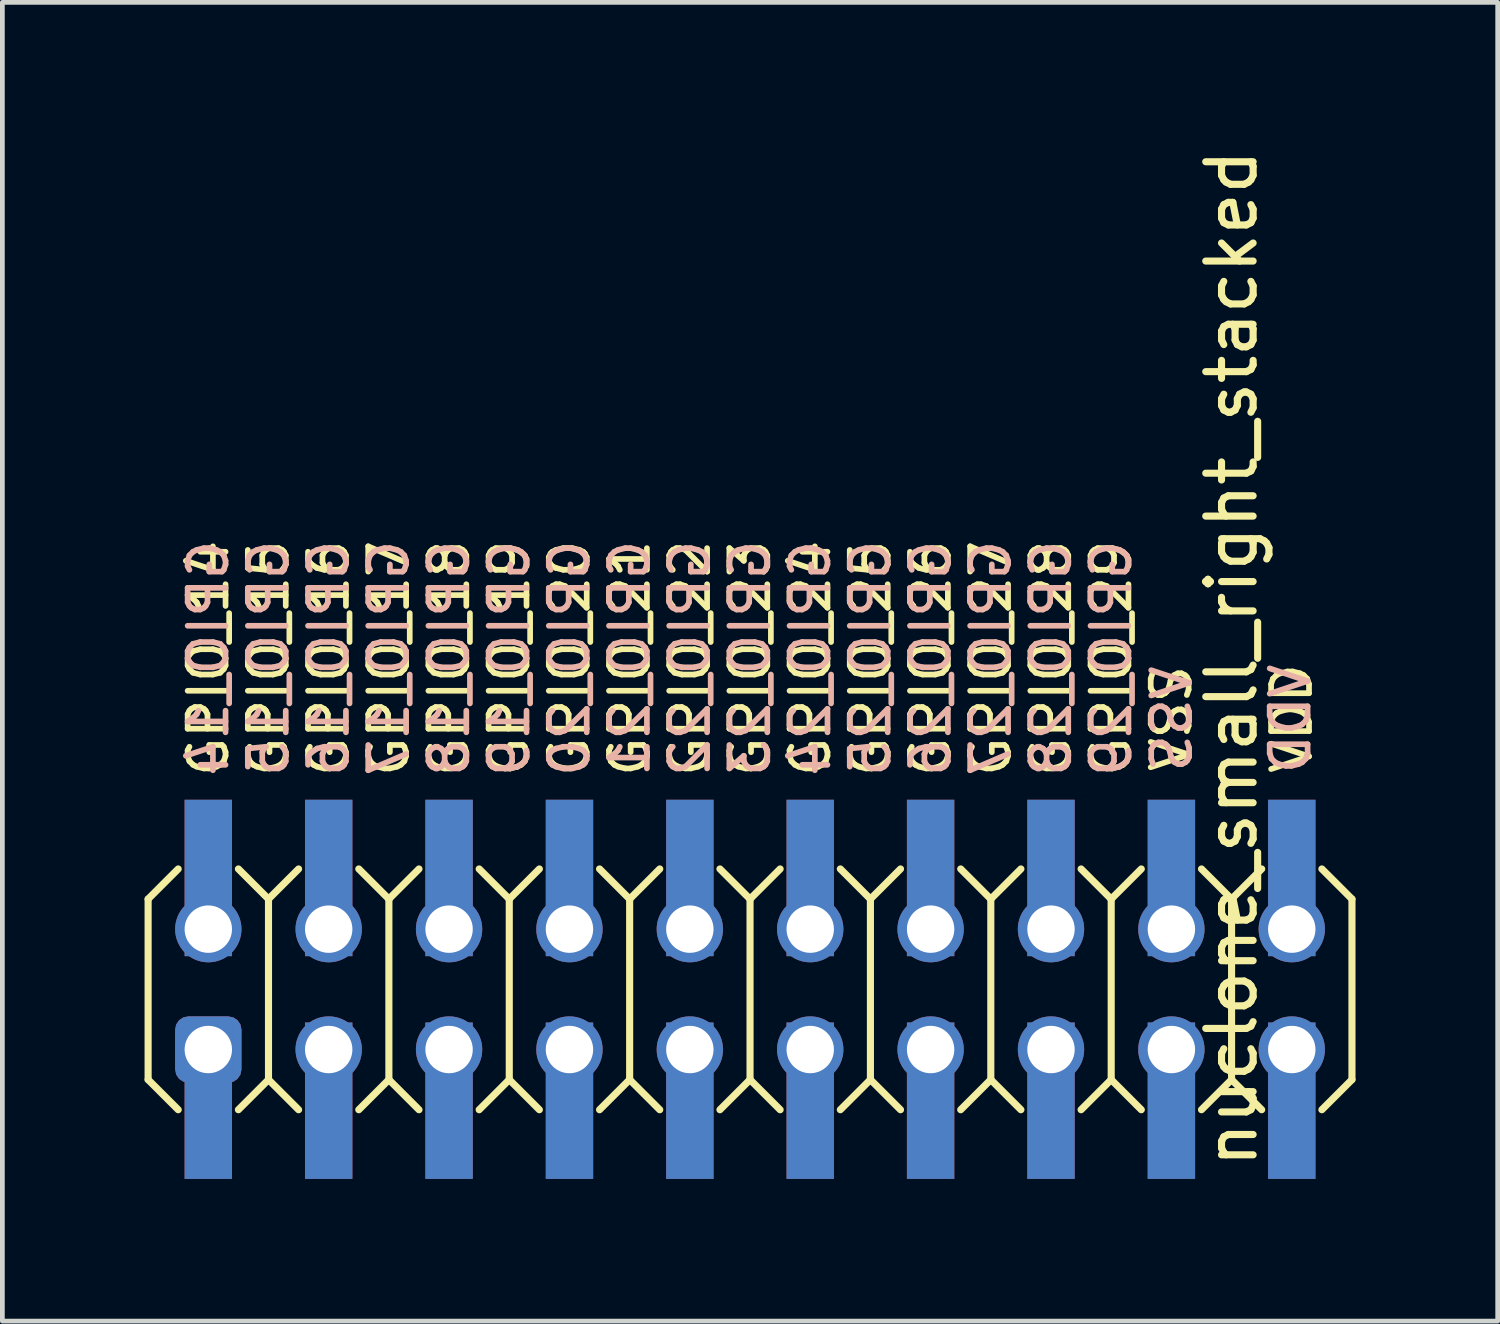
<source format=kicad_pcb>
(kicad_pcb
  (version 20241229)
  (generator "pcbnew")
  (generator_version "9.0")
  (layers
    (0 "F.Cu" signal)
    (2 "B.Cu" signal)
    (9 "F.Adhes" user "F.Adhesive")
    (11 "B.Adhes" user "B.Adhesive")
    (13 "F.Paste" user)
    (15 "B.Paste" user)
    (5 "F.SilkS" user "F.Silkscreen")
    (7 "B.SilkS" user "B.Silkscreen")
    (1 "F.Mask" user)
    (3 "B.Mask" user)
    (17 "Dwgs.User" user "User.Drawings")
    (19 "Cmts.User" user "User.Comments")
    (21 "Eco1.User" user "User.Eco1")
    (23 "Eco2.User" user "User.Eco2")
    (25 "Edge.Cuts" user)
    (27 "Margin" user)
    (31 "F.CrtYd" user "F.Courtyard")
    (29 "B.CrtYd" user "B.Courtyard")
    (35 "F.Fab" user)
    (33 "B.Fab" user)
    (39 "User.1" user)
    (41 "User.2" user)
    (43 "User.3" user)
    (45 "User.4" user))
  (footprint "nuclone_small_right_stacked"
    (layer "F.Cu")
    (at 12.775 17.824)
    (property "Reference" "nuclone_small_right_stacked" (at 10.16 -6.985 270) (layer "F.SilkS") (effects (font (size 1 1) (thickness 0.15))))
    (attr through_hole)
    (fp_line (start -12.7 -1.905) (end -12.065 -2.54) (stroke (width 0.15) (type solid)) (layer "F.SilkS"))
    (fp_line (start -12.7 1.905) (end -12.7 -1.905) (stroke (width 0.15) (type solid)) (layer "F.SilkS"))
    (fp_line (start -12.7 1.905) (end -12.065 2.54) (stroke (width 0.15) (type solid)) (layer "F.SilkS"))
    (fp_line (start -10.795 -2.54) (end -10.16 -1.905) (stroke (width 0.15) (type solid)) (layer "F.SilkS"))
    (fp_line (start -10.795 2.54) (end -10.16 1.905) (stroke (width 0.15) (type solid)) (layer "F.SilkS"))
    (fp_line (start -10.16 -1.905) (end -10.16 1.905) (stroke (width 0.15) (type solid)) (layer "F.SilkS"))
    (fp_line (start -10.16 -1.905) (end -9.525 -2.54) (stroke (width 0.15) (type solid)) (layer "F.SilkS"))
    (fp_line (start -10.16 1.905) (end -9.525 2.54) (stroke (width 0.15) (type solid)) (layer "F.SilkS"))
    (fp_line (start -8.255 -2.54) (end -7.62 -1.905) (stroke (width 0.15) (type solid)) (layer "F.SilkS"))
    (fp_line (start -8.255 2.54) (end -7.62 1.905) (stroke (width 0.15) (type solid)) (layer "F.SilkS"))
    (fp_line (start -7.62 -1.905) (end -7.62 1.905) (stroke (width 0.15) (type solid)) (layer "F.SilkS"))
    (fp_line (start -7.62 -1.905) (end -6.985 -2.54) (stroke (width 0.15) (type solid)) (layer "F.SilkS"))
    (fp_line (start -7.62 1.905) (end -6.985 2.54) (stroke (width 0.15) (type solid)) (layer "F.SilkS"))
    (fp_line (start -5.715 -2.54) (end -5.08 -1.905) (stroke (width 0.15) (type solid)) (layer "F.SilkS"))
    (fp_line (start -5.715 2.54) (end -5.08 1.905) (stroke (width 0.15) (type solid)) (layer "F.SilkS"))
    (fp_line (start -5.08 -1.905) (end -5.08 1.905) (stroke (width 0.15) (type solid)) (layer "F.SilkS"))
    (fp_line (start -5.08 -1.905) (end -4.445 -2.54) (stroke (width 0.15) (type solid)) (layer "F.SilkS"))
    (fp_line (start -5.08 1.905) (end -4.445 2.54) (stroke (width 0.15) (type solid)) (layer "F.SilkS"))
    (fp_line (start -3.175 -2.54) (end -2.54 -1.905) (stroke (width 0.15) (type solid)) (layer "F.SilkS"))
    (fp_line (start -3.175 2.54) (end -2.54 1.905) (stroke (width 0.15) (type solid)) (layer "F.SilkS"))
    (fp_line (start -2.54 -1.905) (end -2.54 1.905) (stroke (width 0.15) (type solid)) (layer "F.SilkS"))
    (fp_line (start -2.54 -1.905) (end -1.905 -2.54) (stroke (width 0.15) (type solid)) (layer "F.SilkS"))
    (fp_line (start -2.54 1.905) (end -1.905 2.54) (stroke (width 0.15) (type solid)) (layer "F.SilkS"))
    (fp_line (start -0.635 -2.54) (end 0 -1.905) (stroke (width 0.15) (type solid)) (layer "F.SilkS"))
    (fp_line (start -0.635 2.54) (end 0 1.905) (stroke (width 0.15) (type solid)) (layer "F.SilkS"))
    (fp_line (start 0 -1.905) (end 0 1.905) (stroke (width 0.15) (type solid)) (layer "F.SilkS"))
    (fp_line (start 0 -1.905) (end 0.635 -2.54) (stroke (width 0.15) (type solid)) (layer "F.SilkS"))
    (fp_line (start 0 1.905) (end 0.635 2.54) (stroke (width 0.15) (type solid)) (layer "F.SilkS"))
    (fp_line (start 1.905 -2.54) (end 2.54 -1.905) (stroke (width 0.15) (type solid)) (layer "F.SilkS"))
    (fp_line (start 1.905 2.54) (end 2.54 1.905) (stroke (width 0.15) (type solid)) (layer "F.SilkS"))
    (fp_line (start 2.54 -1.905) (end 2.54 1.905) (stroke (width 0.15) (type solid)) (layer "F.SilkS"))
    (fp_line (start 2.54 -1.905) (end 3.175 -2.54) (stroke (width 0.15) (type solid)) (layer "F.SilkS"))
    (fp_line (start 2.54 1.905) (end 3.175 2.54) (stroke (width 0.15) (type solid)) (layer "F.SilkS"))
    (fp_line (start 4.445 -2.54) (end 5.08 -1.905) (stroke (width 0.15) (type solid)) (layer "F.SilkS"))
    (fp_line (start 5.08 -1.905) (end 5.08 1.905) (stroke (width 0.15) (type solid)) (layer "F.SilkS"))
    (fp_line (start 5.08 -1.905) (end 5.715 -2.54) (stroke (width 0.15) (type solid)) (layer "F.SilkS"))
    (fp_line (start 5.08 1.905) (end 4.445 2.54) (stroke (width 0.15) (type solid)) (layer "F.SilkS"))
    (fp_line (start 5.08 1.905) (end 5.715 2.54) (stroke (width 0.15) (type solid)) (layer "F.SilkS"))
    (fp_line (start 6.985 -2.54) (end 7.62 -1.905) (stroke (width 0.15) (type solid)) (layer "F.SilkS"))
    (fp_line (start 7.62 -1.905) (end 7.62 1.905) (stroke (width 0.15) (type solid)) (layer "F.SilkS"))
    (fp_line (start 7.62 -1.905) (end 8.255 -2.54) (stroke (width 0.15) (type solid)) (layer "F.SilkS"))
    (fp_line (start 7.62 1.905) (end 6.985 2.54) (stroke (width 0.15) (type solid)) (layer "F.SilkS"))
    (fp_line (start 7.62 1.905) (end 8.255 2.54) (stroke (width 0.15) (type solid)) (layer "F.SilkS"))
    (fp_line (start 9.525 -2.54) (end 10.16 -1.905) (stroke (width 0.15) (type solid)) (layer "F.SilkS"))
    (fp_line (start 10.16 -1.905) (end 10.16 1.905) (stroke (width 0.15) (type solid)) (layer "F.SilkS"))
    (fp_line (start 10.16 -1.905) (end 10.795 -2.54) (stroke (width 0.15) (type solid)) (layer "F.SilkS"))
    (fp_line (start 10.16 1.905) (end 9.525 2.54) (stroke (width 0.15) (type solid)) (layer "F.SilkS"))
    (fp_line (start 10.16 1.905) (end 10.795 2.54) (stroke (width 0.15) (type solid)) (layer "F.SilkS"))
    (fp_line (start 12.065 -2.54) (end 12.7 -1.905) (stroke (width 0.15) (type solid)) (layer "F.SilkS"))
    (fp_line (start 12.7 -1.905) (end 12.7 1.905) (stroke (width 0.15) (type solid)) (layer "F.SilkS"))
    (fp_line (start 12.7 1.905) (end 12.065 2.54) (stroke (width 0.15) (type solid)) (layer "F.SilkS"))
    (fp_text user "GPIO_21" (at -2.54 -6.985 270) (layer "F.SilkS") (effects (font (size 0.8 0.8) (thickness 0.12))))
    (fp_text user "GPIO_14" (at -11.43 -6.985 270) (layer "F.SilkS") (effects (font (size 0.8 0.8) (thickness 0.12))))
    (fp_text user "GPIO_22" (at -1.27 -6.985 270) (layer "F.SilkS") (effects (font (size 0.8 0.8) (thickness 0.12))))
    (fp_text user "GPIO_19" (at -5.08 -6.985 270) (layer "F.SilkS") (effects (font (size 0.8 0.8) (thickness 0.12))))
    (fp_text user "GPIO_26" (at 3.81 -6.985 270) (layer "F.SilkS") (effects (font (size 0.8 0.8) (thickness 0.12))))
    (fp_text user "GPIO_28" (at 6.35 -6.985 270) (layer "F.SilkS") (effects (font (size 0.8 0.8) (thickness 0.12))))
    (fp_text user "GPIO_24" (at 1.27 -6.985 270) (layer "F.SilkS") (effects (font (size 0.8 0.8) (thickness 0.12))))
    (fp_text user "GPIO_16" (at -8.89 -6.985 270) (layer "F.SilkS") (effects (font (size 0.8 0.8) (thickness 0.12))))
    (fp_text user "VDD" (at 11.43 -5.715 270) (layer "F.SilkS") (effects (font (size 0.8 0.8) (thickness 0.12))))
    (fp_text user "GPIO_23" (at 0 -6.985 270) (layer "F.SilkS") (effects (font (size 0.8 0.8) (thickness 0.12))))
    (fp_text user "GPIO_27" (at 5.08 -6.985 270) (layer "F.SilkS") (effects (font (size 0.8 0.8) (thickness 0.12))))
    (fp_text user "GPIO_15" (at -10.16 -6.985 270) (layer "F.SilkS") (effects (font (size 0.8 0.8) (thickness 0.12))))
    (fp_text user "GPIO_20" (at -3.81 -6.985 270) (layer "F.SilkS") (effects (font (size 0.8 0.8) (thickness 0.12))))
    (fp_text user "GPIO_29" (at 7.62 -6.985 270) (layer "F.SilkS") (effects (font (size 0.8 0.8) (thickness 0.12))))
    (fp_text user "GPIO_17" (at -7.62 -6.985 270) (layer "F.SilkS") (effects (font (size 0.8 0.8) (thickness 0.12))))
    (fp_text user "GPIO_25" (at 2.54 -6.985 270) (layer "F.SilkS") (effects (font (size 0.8 0.8) (thickness 0.12))))
    (fp_text user "VSS" (at 8.89 -5.715 270) (layer "F.SilkS") (effects (font (size 0.8 0.8) (thickness 0.12))))
    (fp_text user "GPIO_18" (at -6.35 -6.985 270) (layer "F.SilkS") (effects (font (size 0.8 0.8) (thickness 0.12))))
    (fp_text user "VSS" (at 8.9 -5.705 270) (layer "B.SilkS") (effects (font (size 0.8 0.8) (thickness 0.12)) (justify mirror)))
    (fp_text user "GPIO_26" (at 3.81 -6.985 270) (layer "B.SilkS") (effects (font (size 0.8 0.8) (thickness 0.12)) (justify mirror)))
    (fp_text user "GPIO_16" (at -8.89 -6.985 270) (layer "B.SilkS") (effects (font (size 0.8 0.8) (thickness 0.12)) (justify mirror)))
    (fp_text user "GPIO_22" (at -1.27 -6.985 270) (layer "B.SilkS") (effects (font (size 0.8 0.8) (thickness 0.12)) (justify mirror)))
    (fp_text user "GPIO_23" (at 0 -6.985 270) (layer "B.SilkS") (effects (font (size 0.8 0.8) (thickness 0.12)) (justify mirror)))
    (fp_text user "GPIO_18" (at -6.35 -6.985 270) (layer "B.SilkS") (effects (font (size 0.8 0.8) (thickness 0.12)) (justify mirror)))
    (fp_text user "GPIO_28" (at 6.35 -6.985 270) (layer "B.SilkS") (effects (font (size 0.8 0.8) (thickness 0.12)) (justify mirror)))
    (fp_text user "GPIO_25" (at 2.54 -6.985 270) (layer "B.SilkS") (effects (font (size 0.8 0.8) (thickness 0.12)) (justify mirror)))
    (fp_text user "VDD" (at 11.4 -5.705 270) (layer "B.SilkS") (effects (font (size 0.8 0.8) (thickness 0.12)) (justify mirror)))
    (fp_text user "GPIO_14" (at -11.43 -6.985 270) (layer "B.SilkS") (effects (font (size 0.8 0.8) (thickness 0.12)) (justify mirror)))
    (fp_text user "GPIO_27" (at 5.08 -6.985 270) (layer "B.SilkS") (effects (font (size 0.8 0.8) (thickness 0.12)) (justify mirror)))
    (fp_text user "GPIO_29" (at 7.62 -6.985 270) (layer "B.SilkS") (effects (font (size 0.8 0.8) (thickness 0.12)) (justify mirror)))
    (fp_text user "GPIO_21" (at -2.54 -6.985 270) (layer "B.SilkS") (effects (font (size 0.8 0.8) (thickness 0.12)) (justify mirror)))
    (fp_text user "GPIO_17" (at -7.62 -6.985 270) (layer "B.SilkS") (effects (font (size 0.8 0.8) (thickness 0.12)) (justify mirror)))
    (fp_text user "GPIO_20" (at -3.81 -6.985 270) (layer "B.SilkS") (effects (font (size 0.8 0.8) (thickness 0.12)) (justify mirror)))
    (fp_text user "GPIO_24" (at 1.27 -6.985 270) (layer "B.SilkS") (effects (font (size 0.8 0.8) (thickness 0.12)) (justify mirror)))
    (fp_text user "GPIO_19" (at -5.08 -6.985 270) (layer "B.SilkS") (effects (font (size 0.8 0.8) (thickness 0.12)) (justify mirror)))
    (fp_text user "GPIO_15" (at -10.16 -6.985 270) (layer "B.SilkS") (effects (font (size 0.8 0.8) (thickness 0.12)) (justify mirror)))
    (pad "1" thru_hole roundrect (at -11.43 1.27) (size 1.4 1.4) (drill 1) (layers "*.Cu" "*.Mask") (roundrect_rratio 0.2))
    (pad "1" smd rect (at -11.43 2.35) (size 1 3.3) (layers "F.Cu" "F.Mask"))
    (pad "1" smd rect (at -11.43 2.35) (size 1 3.3) (layers "B.Cu" "B.Mask"))
    (pad "2" smd rect (at -11.43 -2.35) (size 1 3.3) (layers "F.Cu" "F.Mask"))
    (pad "2" smd rect (at -11.43 -2.35) (size 1 3.3) (layers "B.Cu" "B.Mask"))
    (pad "2" thru_hole circle (at -11.43 -1.27) (size 1.4 1.4) (drill 1) (layers "*.Cu" "*.Mask"))
    (pad "3" thru_hole circle (at -8.89 1.27) (size 1.4 1.4) (drill 1) (layers "*.Cu" "*.Mask"))
    (pad "3" smd rect (at -8.89 2.35) (size 1 3.3) (layers "F.Cu" "F.Mask"))
    (pad "3" smd rect (at -8.89 2.35) (size 1 3.3) (layers "B.Cu" "B.Mask"))
    (pad "4" smd rect (at -8.89 -2.35) (size 1 3.3) (layers "F.Cu" "F.Mask"))
    (pad "4" smd rect (at -8.89 -2.35) (size 1 3.3) (layers "B.Cu" "B.Mask"))
    (pad "4" thru_hole circle (at -8.89 -1.27) (size 1.4 1.4) (drill 1) (layers "*.Cu" "*.Mask"))
    (pad "5" thru_hole circle (at -6.35 1.27) (size 1.4 1.4) (drill 1) (layers "*.Cu" "*.Mask"))
    (pad "5" smd rect (at -6.35 2.35) (size 1 3.3) (layers "F.Cu" "F.Mask"))
    (pad "5" smd rect (at -6.35 2.35) (size 1 3.3) (layers "B.Cu" "B.Mask"))
    (pad "6" smd rect (at -6.35 -2.35) (size 1 3.3) (layers "F.Cu" "F.Mask"))
    (pad "6" smd rect (at -6.35 -2.35) (size 1 3.3) (layers "B.Cu" "B.Mask"))
    (pad "6" thru_hole circle (at -6.35 -1.27) (size 1.4 1.4) (drill 1) (layers "*.Cu" "*.Mask"))
    (pad "7" thru_hole circle (at -3.81 1.27) (size 1.4 1.4) (drill 1) (layers "*.Cu" "*.Mask"))
    (pad "7" smd rect (at -3.81 2.35) (size 1 3.3) (layers "F.Cu" "F.Mask"))
    (pad "7" smd rect (at -3.81 2.35) (size 1 3.3) (layers "B.Cu" "B.Mask"))
    (pad "8" smd rect (at -3.81 -2.35) (size 1 3.3) (layers "F.Cu" "F.Mask"))
    (pad "8" smd rect (at -3.81 -2.35) (size 1 3.3) (layers "B.Cu" "B.Mask"))
    (pad "8" thru_hole circle (at -3.81 -1.27) (size 1.4 1.4) (drill 1) (layers "*.Cu" "*.Mask"))
    (pad "9" thru_hole circle (at -1.27 1.27) (size 1.4 1.4) (drill 1) (layers "*.Cu" "*.Mask"))
    (pad "9" smd rect (at -1.27 2.35) (size 1 3.3) (layers "F.Cu" "F.Mask"))
    (pad "9" smd rect (at -1.27 2.35) (size 1 3.3) (layers "B.Cu" "B.Mask"))
    (pad "10" smd rect (at -1.27 -2.35) (size 1 3.3) (layers "F.Cu" "F.Mask"))
    (pad "10" smd rect (at -1.27 -2.35) (size 1 3.3) (layers "B.Cu" "B.Mask"))
    (pad "10" thru_hole circle (at -1.27 -1.27) (size 1.4 1.4) (drill 1) (layers "*.Cu" "*.Mask"))
    (pad "11" thru_hole circle (at 1.27 1.27) (size 1.4 1.4) (drill 1) (layers "*.Cu" "*.Mask"))
    (pad "11" smd rect (at 1.27 2.35) (size 1 3.3) (layers "F.Cu" "F.Mask"))
    (pad "11" smd rect (at 1.27 2.35) (size 1 3.3) (layers "B.Cu" "B.Mask"))
    (pad "12" smd rect (at 1.27 -2.35) (size 1 3.3) (layers "F.Cu" "F.Mask"))
    (pad "12" smd rect (at 1.27 -2.35) (size 1 3.3) (layers "B.Cu" "B.Mask"))
    (pad "12" thru_hole circle (at 1.27 -1.27) (size 1.4 1.4) (drill 1) (layers "*.Cu" "*.Mask"))
    (pad "13" thru_hole circle (at 3.81 1.27) (size 1.4 1.4) (drill 1) (layers "*.Cu" "*.Mask"))
    (pad "13" smd rect (at 3.81 2.35) (size 1 3.3) (layers "F.Cu" "F.Mask"))
    (pad "13" smd rect (at 3.81 2.35) (size 1 3.3) (layers "B.Cu" "B.Mask"))
    (pad "14" smd rect (at 3.81 -2.35) (size 1 3.3) (layers "F.Cu" "F.Mask"))
    (pad "14" smd rect (at 3.81 -2.35) (size 1 3.3) (layers "B.Cu" "B.Mask"))
    (pad "14" thru_hole circle (at 3.81 -1.27) (size 1.4 1.4) (drill 1) (layers "*.Cu" "*.Mask"))
    (pad "15" thru_hole circle (at 6.35 1.27) (size 1.4 1.4) (drill 1) (layers "*.Cu" "*.Mask"))
    (pad "15" smd rect (at 6.35 2.35) (size 1 3.3) (layers "F.Cu" "F.Mask"))
    (pad "15" smd rect (at 6.35 2.35) (size 1 3.3) (layers "B.Cu" "B.Mask"))
    (pad "16" smd rect (at 6.35 -2.35) (size 1 3.3) (layers "F.Cu" "F.Mask"))
    (pad "16" smd rect (at 6.35 -2.35) (size 1 3.3) (layers "B.Cu" "B.Mask"))
    (pad "16" thru_hole circle (at 6.35 -1.27) (size 1.4 1.4) (drill 1) (layers "*.Cu" "*.Mask"))
    (pad "17" thru_hole circle (at 8.89 1.27) (size 1.4 1.4) (drill 1) (layers "*.Cu" "*.Mask"))
    (pad "17" smd rect (at 8.89 2.35) (size 1 3.3) (layers "F.Cu" "F.Mask"))
    (pad "17" smd rect (at 8.89 2.35) (size 1 3.3) (layers "B.Cu" "B.Mask"))
    (pad "18" smd rect (at 8.89 -2.35) (size 1 3.3) (layers "F.Cu" "F.Mask"))
    (pad "18" smd rect (at 8.89 -2.35) (size 1 3.3) (layers "B.Cu" "B.Mask"))
    (pad "18" thru_hole circle (at 8.89 -1.27) (size 1.4 1.4) (drill 1) (layers "*.Cu" "*.Mask"))
    (pad "19" thru_hole circle (at 11.43 1.27) (size 1.4 1.4) (drill 1) (layers "*.Cu" "*.Mask"))
    (pad "19" smd rect (at 11.43 2.35) (size 1 3.3) (layers "F.Cu" "F.Mask"))
    (pad "19" smd rect (at 11.43 2.35) (size 1 3.3) (layers "B.Cu" "B.Mask"))
    (pad "20" smd rect (at 11.43 -2.35) (size 1 3.3) (layers "F.Cu" "F.Mask"))
    (pad "20" smd rect (at 11.43 -2.35) (size 1 3.3) (layers "B.Cu" "B.Mask"))
    (pad "20" thru_hole circle (at 11.43 -1.27) (size 1.4 1.4) (drill 1) (layers "*.Cu" "*.Mask")))
  (gr_rect
    (start -3 -3)
    (end 28.55 24.824)
    (stroke (width 0.1) (type default))
    (fill no)
    (layer "Edge.Cuts")))
</source>
